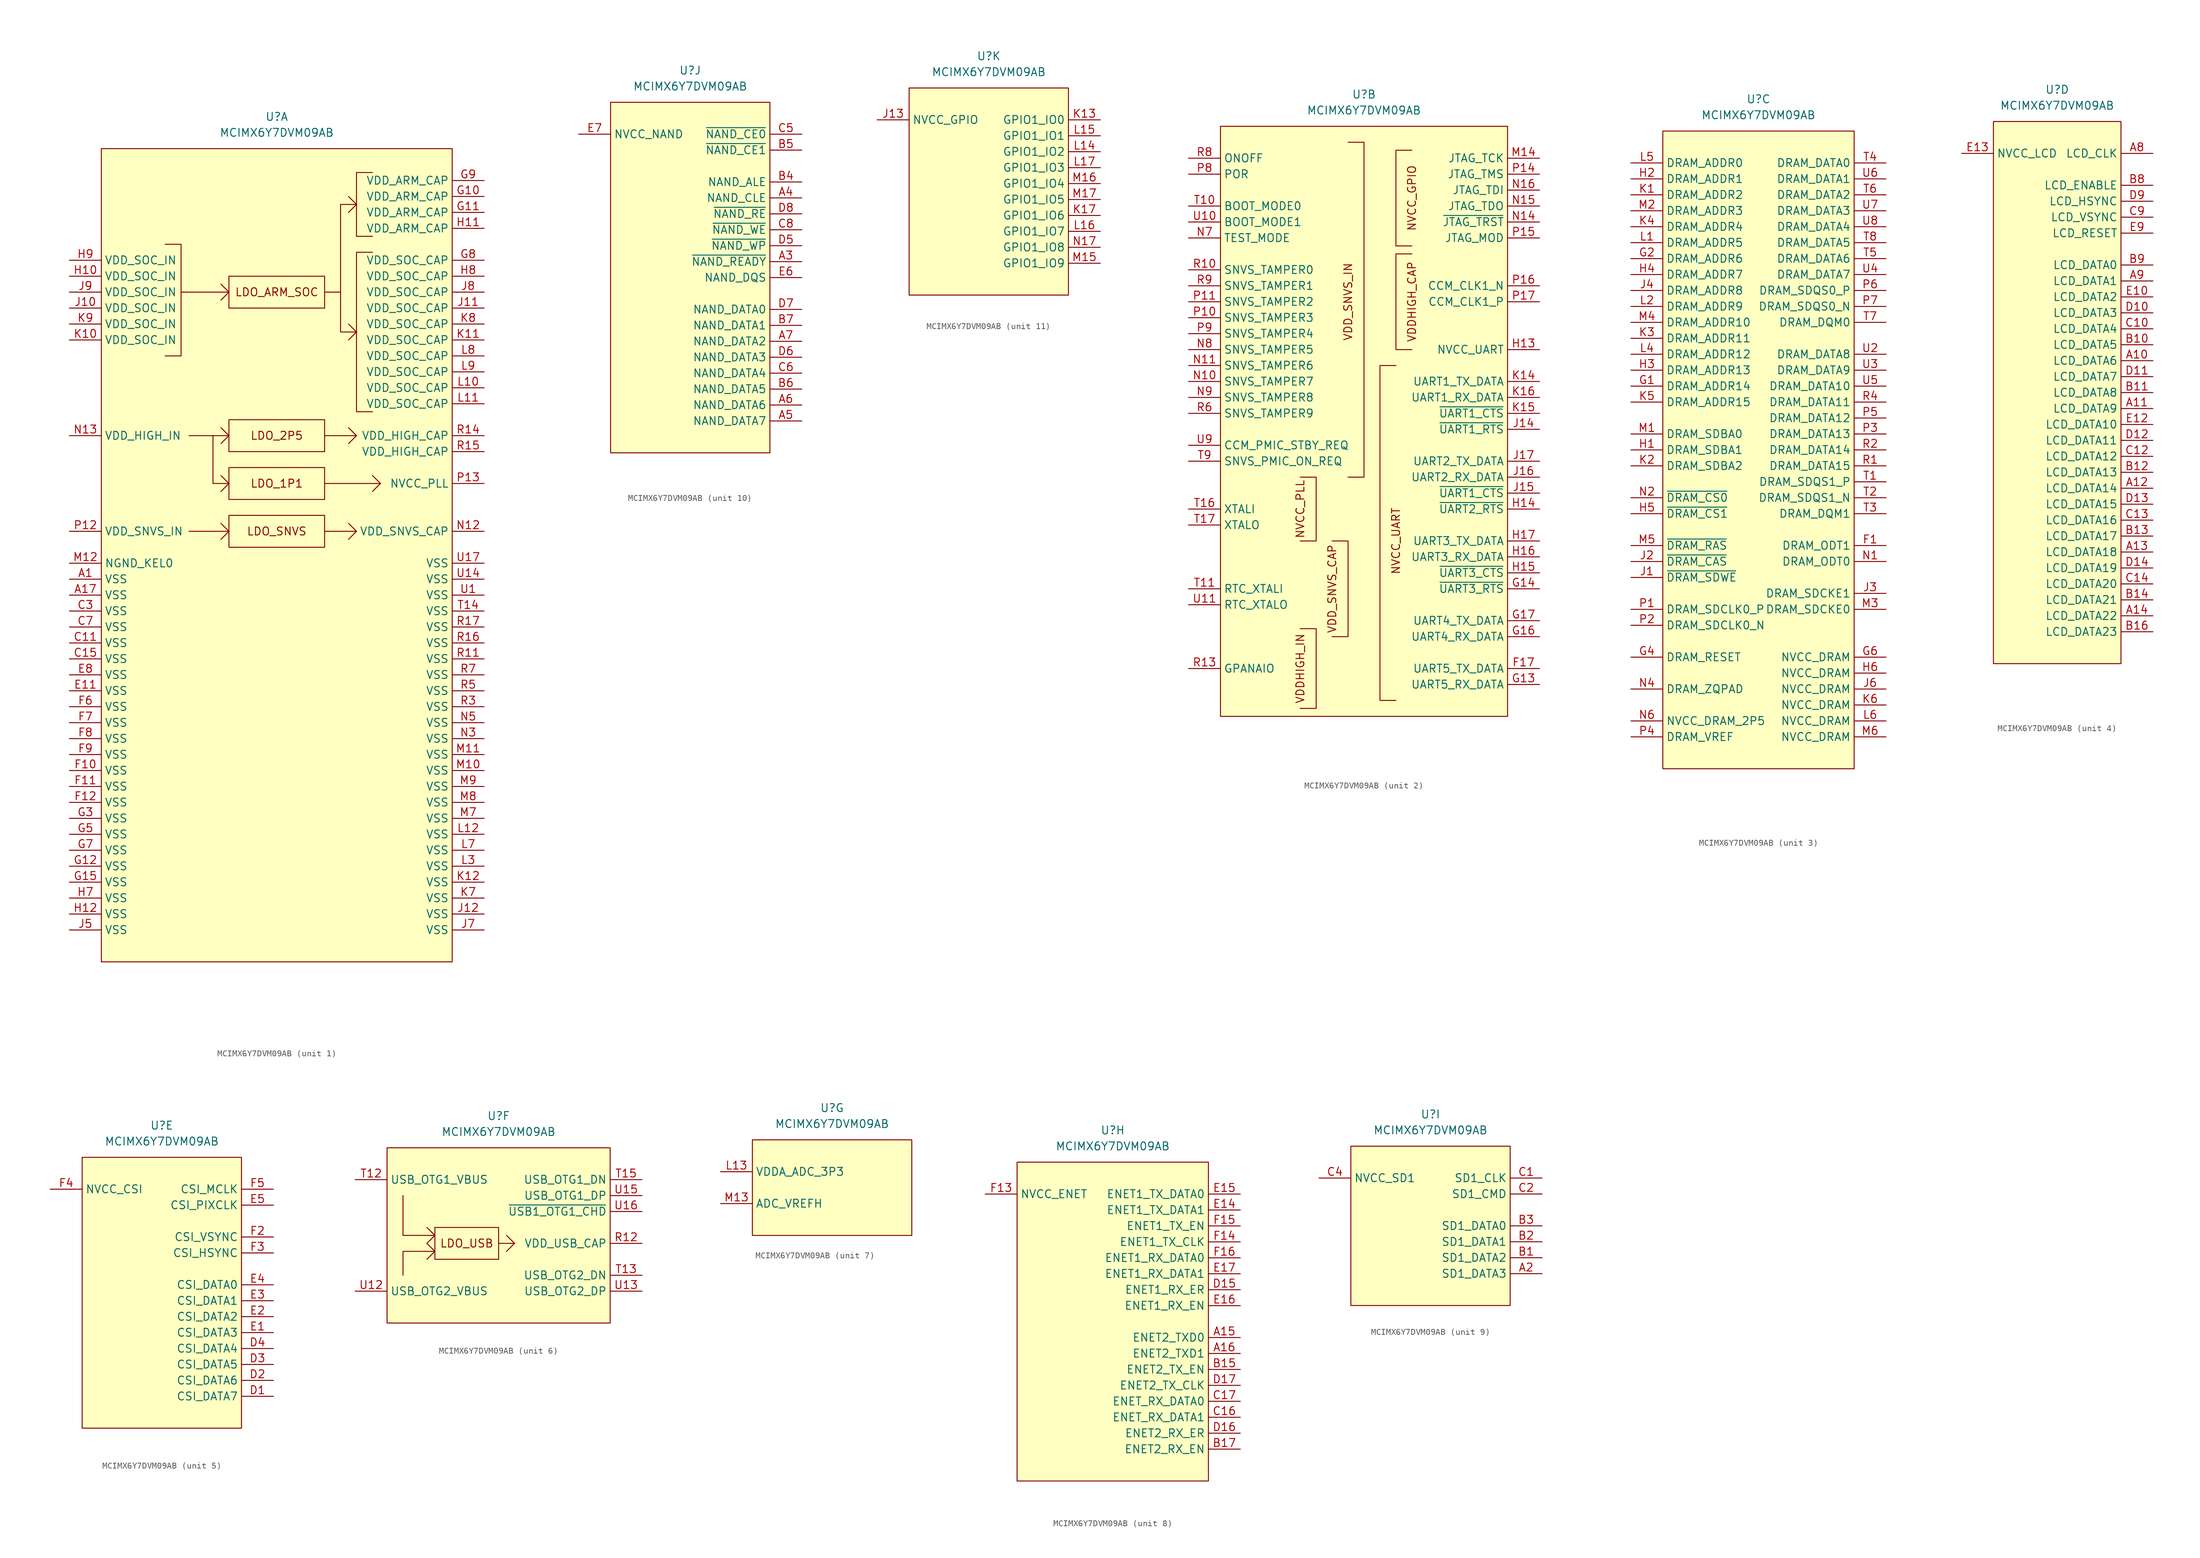
<source format=kicad_sym>
(kicad_symbol_lib
  (version 20210619)
  (generator kicad_symbol_editor)
  (symbol "symbols:MCIMX6Y7DVM09AB"
    (property "Reference" "U"
      (at 0 0 0)
      (effects (font (size 1.27 1.27))))
    (property "Value" "MCIMX6Y7DVM09AB"
      (at 0 -2.54 0)
      (effects (font (size 1.27 1.27))))
    (property "ki_locked" ""
      (at 0 0 0)
      (effects (font (size 1.27 1.27))))
    (symbol "MCIMX6Y7DVM09AB_1_0"
      (text "LDO_1P1" (at 0 -58.42 0) (effects (font (size 1.27 1.27))))
      (text "LDO_2P5" (at 0 -50.8 0) (effects (font (size 1.27 1.27))))
      (text "LDO_ARM_SOC" (at 0 -27.94 0) (effects (font (size 1.27 1.27))))
      (text "LDO_SNVS" (at 0 -66.04 0) (effects (font (size 1.27 1.27))))
      (rectangle (start -7.62 -63.5) (end 7.62 -68.58) (stroke (width 0.152)) (fill (type none)))
      (rectangle (start -7.62 -55.88) (end 7.62 -60.96) (stroke (width 0.152)) (fill (type none)))
      (rectangle (start -7.62 -48.26) (end 7.62 -53.34) (stroke (width 0.152)) (fill (type none)))
      (rectangle (start -7.62 -25.4) (end 7.62 -30.48) (stroke (width 0.152)) (fill (type none)))
      (polyline (pts (xy -15.24 -27.94) (xy -7.62 -27.94)) (stroke (width 0.152)) (fill (type none)))
      (polyline (pts (xy -13.97 -66.04) (xy -7.62 -66.04)) (stroke (width 0.152)) (fill (type none)))
      (polyline (pts (xy -13.97 -50.8) (xy -7.62 -50.8)) (stroke (width 0.152)) (fill (type none)))
      (polyline (pts (xy 7.62 -66.04) (xy 12.7 -66.04)) (stroke (width 0.152)) (fill (type none)))
      (polyline (pts (xy 7.62 -58.42) (xy 16.51 -58.42)) (stroke (width 0.152)) (fill (type none)))
      (polyline (pts (xy 7.62 -50.8) (xy 12.7 -50.8)) (stroke (width 0.152)) (fill (type none)))
      (polyline (pts (xy -8.89 -64.77) (xy -7.62 -66.04) (xy -8.89 -67.31)) (stroke (width 0.152)) (fill (type none)))
      (polyline (pts (xy -8.89 -57.15) (xy -7.62 -58.42) (xy -8.89 -59.69)) (stroke (width 0.152)) (fill (type none)))
      (polyline (pts (xy -8.89 -49.53) (xy -7.62 -50.8) (xy -8.89 -52.07)) (stroke (width 0.152)) (fill (type none)))
      (polyline (pts (xy -8.89 -26.67) (xy -7.62 -27.94) (xy -8.89 -29.21)) (stroke (width 0.152)) (fill (type none)))
      (polyline (pts (xy -7.62 -58.42) (xy -10.16 -58.42) (xy -10.16 -50.8)) (stroke (width 0.152)) (fill (type none)))
      (polyline (pts (xy 10.16 -27.94) (xy 10.16 -34.29) (xy 12.7 -34.29)) (stroke (width 0.152)) (fill (type none)))
      (polyline (pts (xy 11.43 -64.77) (xy 12.7 -66.04) (xy 11.43 -67.31)) (stroke (width 0.152)) (fill (type none)))
      (polyline (pts (xy 11.43 -52.07) (xy 12.7 -50.8) (xy 11.43 -49.53)) (stroke (width 0.152)) (fill (type none)))
      (polyline (pts (xy 11.43 -33.02) (xy 12.7 -34.29) (xy 11.43 -35.56)) (stroke (width 0.152)) (fill (type none)))
      (polyline (pts (xy 11.43 -12.7) (xy 12.7 -13.97) (xy 11.43 -15.24)) (stroke (width 0.152)) (fill (type none)))
      (polyline (pts (xy 15.24 -59.69) (xy 16.51 -58.42) (xy 15.24 -57.15)) (stroke (width 0.152)) (fill (type none)))
      (polyline (pts (xy -17.78 -20.32) (xy -15.24 -20.32) (xy -15.24 -38.1) (xy -17.78 -38.1)) (stroke (width 0.152)) (fill (type none)))
      (polyline (pts (xy 7.62 -27.94) (xy 10.16 -27.94) (xy 10.16 -13.97) (xy 12.7 -13.97)) (stroke (width 0.152)) (fill (type none)))
      (polyline (pts (xy 15.24 -21.59) (xy 12.7 -21.59) (xy 12.7 -46.99) (xy 15.24 -46.99)) (stroke (width 0.152)) (fill (type none)))
      (polyline (pts (xy 15.24 -8.89) (xy 12.7 -8.89) (xy 12.7 -19.05) (xy 15.24 -19.05)) (stroke (width 0.152)) (fill (type none))))
    (symbol "MCIMX6Y7DVM09AB_1_1"
      (rectangle (start -27.94 -5.08) (end 27.94 -134.62) (stroke (width 0.152)) (fill (type background)))
      (pin power_in line (at -33.02 -73.66 0) (length 5.08) (name "VSS" (effects (font (size 1.27 1.27)))) (number "A1" (effects (font (size 1.27 1.27)))))
      (pin power_in line (at -33.02 -76.2 0) (length 5.08) (name "VSS" (effects (font (size 1.27 1.27)))) (number "A17" (effects (font (size 1.27 1.27)))))
      (pin power_in line (at -33.02 -83.82 0) (length 5.08) (name "VSS" (effects (font (size 1.27 1.27)))) (number "C11" (effects (font (size 1.27 1.27)))))
      (pin power_in line (at -33.02 -86.36 0) (length 5.08) (name "VSS" (effects (font (size 1.27 1.27)))) (number "C15" (effects (font (size 1.27 1.27)))))
      (pin power_in line (at -33.02 -78.74 0) (length 5.08) (name "VSS" (effects (font (size 1.27 1.27)))) (number "C3" (effects (font (size 1.27 1.27)))))
      (pin power_in line (at -33.02 -81.28 0) (length 5.08) (name "VSS" (effects (font (size 1.27 1.27)))) (number "C7" (effects (font (size 1.27 1.27)))))
      (pin power_in line (at -33.02 -91.44 0) (length 5.08) (name "VSS" (effects (font (size 1.27 1.27)))) (number "E11" (effects (font (size 1.27 1.27)))))
      (pin power_in line (at -33.02 -88.9 0) (length 5.08) (name "VSS" (effects (font (size 1.27 1.27)))) (number "E8" (effects (font (size 1.27 1.27)))))
      (pin power_in line (at -33.02 -104.14 0) (length 5.08) (name "VSS" (effects (font (size 1.27 1.27)))) (number "F10" (effects (font (size 1.27 1.27)))))
      (pin power_in line (at -33.02 -106.68 0) (length 5.08) (name "VSS" (effects (font (size 1.27 1.27)))) (number "F11" (effects (font (size 1.27 1.27)))))
      (pin power_in line (at -33.02 -109.22 0) (length 5.08) (name "VSS" (effects (font (size 1.27 1.27)))) (number "F12" (effects (font (size 1.27 1.27)))))
      (pin power_in line (at -33.02 -93.98 0) (length 5.08) (name "VSS" (effects (font (size 1.27 1.27)))) (number "F6" (effects (font (size 1.27 1.27)))))
      (pin power_in line (at -33.02 -96.52 0) (length 5.08) (name "VSS" (effects (font (size 1.27 1.27)))) (number "F7" (effects (font (size 1.27 1.27)))))
      (pin power_in line (at -33.02 -99.06 0) (length 5.08) (name "VSS" (effects (font (size 1.27 1.27)))) (number "F8" (effects (font (size 1.27 1.27)))))
      (pin power_in line (at -33.02 -101.6 0) (length 5.08) (name "VSS" (effects (font (size 1.27 1.27)))) (number "F9" (effects (font (size 1.27 1.27)))))
      (pin power_out line (at 33.02 -12.7 180) (length 5.08) (name "VDD_ARM_CAP" (effects (font (size 1.27 1.27)))) (number "G10" (effects (font (size 1.27 1.27)))))
      (pin power_out line (at 33.02 -15.24 180) (length 5.08) (name "VDD_ARM_CAP" (effects (font (size 1.27 1.27)))) (number "G11" (effects (font (size 1.27 1.27)))))
      (pin power_in line (at -33.02 -119.38 0) (length 5.08) (name "VSS" (effects (font (size 1.27 1.27)))) (number "G12" (effects (font (size 1.27 1.27)))))
      (pin power_in line (at -33.02 -121.92 0) (length 5.08) (name "VSS" (effects (font (size 1.27 1.27)))) (number "G15" (effects (font (size 1.27 1.27)))))
      (pin power_in line (at -33.02 -111.76 0) (length 5.08) (name "VSS" (effects (font (size 1.27 1.27)))) (number "G3" (effects (font (size 1.27 1.27)))))
      (pin power_in line (at -33.02 -114.3 0) (length 5.08) (name "VSS" (effects (font (size 1.27 1.27)))) (number "G5" (effects (font (size 1.27 1.27)))))
      (pin power_in line (at -33.02 -116.84 0) (length 5.08) (name "VSS" (effects (font (size 1.27 1.27)))) (number "G7" (effects (font (size 1.27 1.27)))))
      (pin power_out line (at 33.02 -22.86 180) (length 5.08) (name "VDD_SOC_CAP" (effects (font (size 1.27 1.27)))) (number "G8" (effects (font (size 1.27 1.27)))))
      (pin power_out line (at 33.02 -10.16 180) (length 5.08) (name "VDD_ARM_CAP" (effects (font (size 1.27 1.27)))) (number "G9" (effects (font (size 1.27 1.27)))))
      (pin power_in line (at -33.02 -25.4 0) (length 5.08) (name "VDD_SOC_IN" (effects (font (size 1.27 1.27)))) (number "H10" (effects (font (size 1.27 1.27)))))
      (pin power_out line (at 33.02 -17.78 180) (length 5.08) (name "VDD_ARM_CAP" (effects (font (size 1.27 1.27)))) (number "H11" (effects (font (size 1.27 1.27)))))
      (pin power_in line (at -33.02 -127 0) (length 5.08) (name "VSS" (effects (font (size 1.27 1.27)))) (number "H12" (effects (font (size 1.27 1.27)))))
      (pin power_in line (at -33.02 -124.46 0) (length 5.08) (name "VSS" (effects (font (size 1.27 1.27)))) (number "H7" (effects (font (size 1.27 1.27)))))
      (pin power_out line (at 33.02 -25.4 180) (length 5.08) (name "VDD_SOC_CAP" (effects (font (size 1.27 1.27)))) (number "H8" (effects (font (size 1.27 1.27)))))
      (pin power_in line (at -33.02 -22.86 0) (length 5.08) (name "VDD_SOC_IN" (effects (font (size 1.27 1.27)))) (number "H9" (effects (font (size 1.27 1.27)))))
      (pin power_in line (at -33.02 -30.48 0) (length 5.08) (name "VDD_SOC_IN" (effects (font (size 1.27 1.27)))) (number "J10" (effects (font (size 1.27 1.27)))))
      (pin power_out line (at 33.02 -30.48 180) (length 5.08) (name "VDD_SOC_CAP" (effects (font (size 1.27 1.27)))) (number "J11" (effects (font (size 1.27 1.27)))))
      (pin power_out line (at 33.02 -127 180) (length 5.08) (name "VSS" (effects (font (size 1.27 1.27)))) (number "J12" (effects (font (size 1.27 1.27)))))
      (pin power_in line (at -33.02 -129.54 0) (length 5.08) (name "VSS" (effects (font (size 1.27 1.27)))) (number "J5" (effects (font (size 1.27 1.27)))))
      (pin power_out line (at 33.02 -129.54 180) (length 5.08) (name "VSS" (effects (font (size 1.27 1.27)))) (number "J7" (effects (font (size 1.27 1.27)))))
      (pin power_out line (at 33.02 -27.94 180) (length 5.08) (name "VDD_SOC_CAP" (effects (font (size 1.27 1.27)))) (number "J8" (effects (font (size 1.27 1.27)))))
      (pin power_in line (at -33.02 -27.94 0) (length 5.08) (name "VDD_SOC_IN" (effects (font (size 1.27 1.27)))) (number "J9" (effects (font (size 1.27 1.27)))))
      (pin power_in line (at -33.02 -35.56 0) (length 5.08) (name "VDD_SOC_IN" (effects (font (size 1.27 1.27)))) (number "K10" (effects (font (size 1.27 1.27)))))
      (pin power_out line (at 33.02 -35.56 180) (length 5.08) (name "VDD_SOC_CAP" (effects (font (size 1.27 1.27)))) (number "K11" (effects (font (size 1.27 1.27)))))
      (pin power_out line (at 33.02 -121.92 180) (length 5.08) (name "VSS" (effects (font (size 1.27 1.27)))) (number "K12" (effects (font (size 1.27 1.27)))))
      (pin power_out line (at 33.02 -124.46 180) (length 5.08) (name "VSS" (effects (font (size 1.27 1.27)))) (number "K7" (effects (font (size 1.27 1.27)))))
      (pin power_out line (at 33.02 -33.02 180) (length 5.08) (name "VDD_SOC_CAP" (effects (font (size 1.27 1.27)))) (number "K8" (effects (font (size 1.27 1.27)))))
      (pin power_in line (at -33.02 -33.02 0) (length 5.08) (name "VDD_SOC_IN" (effects (font (size 1.27 1.27)))) (number "K9" (effects (font (size 1.27 1.27)))))
      (pin power_out line (at 33.02 -43.18 180) (length 5.08) (name "VDD_SOC_CAP" (effects (font (size 1.27 1.27)))) (number "L10" (effects (font (size 1.27 1.27)))))
      (pin power_out line (at 33.02 -45.72 180) (length 5.08) (name "VDD_SOC_CAP" (effects (font (size 1.27 1.27)))) (number "L11" (effects (font (size 1.27 1.27)))))
      (pin power_out line (at 33.02 -114.3 180) (length 5.08) (name "VSS" (effects (font (size 1.27 1.27)))) (number "L12" (effects (font (size 1.27 1.27)))))
      (pin power_out line (at 33.02 -119.38 180) (length 5.08) (name "VSS" (effects (font (size 1.27 1.27)))) (number "L3" (effects (font (size 1.27 1.27)))))
      (pin power_out line (at 33.02 -116.84 180) (length 5.08) (name "VSS" (effects (font (size 1.27 1.27)))) (number "L7" (effects (font (size 1.27 1.27)))))
      (pin power_out line (at 33.02 -38.1 180) (length 5.08) (name "VDD_SOC_CAP" (effects (font (size 1.27 1.27)))) (number "L8" (effects (font (size 1.27 1.27)))))
      (pin power_out line (at 33.02 -40.64 180) (length 5.08) (name "VDD_SOC_CAP" (effects (font (size 1.27 1.27)))) (number "L9" (effects (font (size 1.27 1.27)))))
      (pin power_out line (at 33.02 -104.14 180) (length 5.08) (name "VSS" (effects (font (size 1.27 1.27)))) (number "M10" (effects (font (size 1.27 1.27)))))
      (pin power_out line (at 33.02 -101.6 180) (length 5.08) (name "VSS" (effects (font (size 1.27 1.27)))) (number "M11" (effects (font (size 1.27 1.27)))))
      (pin power_in line (at -33.02 -71.12 0) (length 5.08) (name "NGND_KEL0" (effects (font (size 1.27 1.27)))) (number "M12" (effects (font (size 1.27 1.27)))))
      (pin power_out line (at 33.02 -111.76 180) (length 5.08) (name "VSS" (effects (font (size 1.27 1.27)))) (number "M7" (effects (font (size 1.27 1.27)))))
      (pin power_out line (at 33.02 -109.22 180) (length 5.08) (name "VSS" (effects (font (size 1.27 1.27)))) (number "M8" (effects (font (size 1.27 1.27)))))
      (pin power_out line (at 33.02 -106.68 180) (length 5.08) (name "VSS" (effects (font (size 1.27 1.27)))) (number "M9" (effects (font (size 1.27 1.27)))))
      (pin power_out line (at 33.02 -66.04 180) (length 5.08) (name "VDD_SNVS_CAP" (effects (font (size 1.27 1.27)))) (number "N12" (effects (font (size 1.27 1.27)))))
      (pin power_in line (at -33.02 -50.8 0) (length 5.08) (name "VDD_HIGH_IN" (effects (font (size 1.27 1.27)))) (number "N13" (effects (font (size 1.27 1.27)))))
      (pin power_out line (at 33.02 -99.06 180) (length 5.08) (name "VSS" (effects (font (size 1.27 1.27)))) (number "N3" (effects (font (size 1.27 1.27)))))
      (pin power_out line (at 33.02 -96.52 180) (length 5.08) (name "VSS" (effects (font (size 1.27 1.27)))) (number "N5" (effects (font (size 1.27 1.27)))))
      (pin power_in line (at -33.02 -66.04 0) (length 5.08) (name "VDD_SNVS_IN" (effects (font (size 1.27 1.27)))) (number "P12" (effects (font (size 1.27 1.27)))))
      (pin power_out line (at 33.02 -58.42 180) (length 5.08) (name "NVCC_PLL" (effects (font (size 1.27 1.27)))) (number "P13" (effects (font (size 1.27 1.27)))))
      (pin power_out line (at 33.02 -86.36 180) (length 5.08) (name "VSS" (effects (font (size 1.27 1.27)))) (number "R11" (effects (font (size 1.27 1.27)))))
      (pin power_out line (at 33.02 -50.8 180) (length 5.08) (name "VDD_HIGH_CAP" (effects (font (size 1.27 1.27)))) (number "R14" (effects (font (size 1.27 1.27)))))
      (pin power_out line (at 33.02 -53.34 180) (length 5.08) (name "VDD_HIGH_CAP" (effects (font (size 1.27 1.27)))) (number "R15" (effects (font (size 1.27 1.27)))))
      (pin power_out line (at 33.02 -83.82 180) (length 5.08) (name "VSS" (effects (font (size 1.27 1.27)))) (number "R16" (effects (font (size 1.27 1.27)))))
      (pin power_out line (at 33.02 -81.28 180) (length 5.08) (name "VSS" (effects (font (size 1.27 1.27)))) (number "R17" (effects (font (size 1.27 1.27)))))
      (pin power_out line (at 33.02 -93.98 180) (length 5.08) (name "VSS" (effects (font (size 1.27 1.27)))) (number "R3" (effects (font (size 1.27 1.27)))))
      (pin power_out line (at 33.02 -91.44 180) (length 5.08) (name "VSS" (effects (font (size 1.27 1.27)))) (number "R5" (effects (font (size 1.27 1.27)))))
      (pin power_out line (at 33.02 -88.9 180) (length 5.08) (name "VSS" (effects (font (size 1.27 1.27)))) (number "R7" (effects (font (size 1.27 1.27)))))
      (pin power_out line (at 33.02 -78.74 180) (length 5.08) (name "VSS" (effects (font (size 1.27 1.27)))) (number "T14" (effects (font (size 1.27 1.27)))))
      (pin power_out line (at 33.02 -76.2 180) (length 5.08) (name "VSS" (effects (font (size 1.27 1.27)))) (number "U1" (effects (font (size 1.27 1.27)))))
      (pin power_out line (at 33.02 -73.66 180) (length 5.08) (name "VSS" (effects (font (size 1.27 1.27)))) (number "U14" (effects (font (size 1.27 1.27)))))
      (pin power_out line (at 33.02 -71.12 180) (length 5.08) (name "VSS" (effects (font (size 1.27 1.27)))) (number "U17" (effects (font (size 1.27 1.27))))))
    (symbol "MCIMX6Y7DVM09AB_2_0"
      (rectangle (start -22.86 -5.08) (end 22.86 -99.06) (stroke (width 0.152)) (fill (type background)))
      (polyline (pts (xy -10.16 -60.96) (xy -7.62 -60.96) (xy -7.62 -71.12) (xy -10.16 -71.12)) (stroke (width 0.152)) (fill (type none)))
      (polyline (pts (xy -5.08 -71.12) (xy -2.54 -71.12) (xy -2.54 -86.36) (xy -5.08 -86.36)) (stroke (width 0.152)) (fill (type none)))
      (polyline (pts (xy 5.08 -43.18) (xy 2.54 -43.18) (xy 2.54 -96.52) (xy 5.08 -96.52)) (stroke (width 0.152)) (fill (type none)))
      (polyline (pts (xy 7.62 -40.64) (xy 5.08 -40.64) (xy 5.08 -25.4) (xy 7.62 -25.4)) (stroke (width 0.152)) (fill (type none)))
      (polyline (pts (xy 7.62 -24.13) (xy 5.08 -24.13) (xy 5.08 -8.89) (xy 7.62 -8.89)) (stroke (width 0.152)) (fill (type none))))
    (symbol "MCIMX6Y7DVM09AB_2_1"
      (text "NVCC_GPIO" (at 7.62 -16.51 900) (effects (font (size 1.27 1.27))))
      (text "NVCC_PLL" (at -10.16 -66.04 900) (effects (font (size 1.27 1.27))))
      (text "NVCC_UART" (at 5.08 -71.12 900) (effects (font (size 1.27 1.27))))
      (text "VDD_SNVS_CAP" (at -5.08 -78.74 900) (effects (font (size 1.27 1.27))))
      (text "VDD_SNVS_IN" (at -2.54 -33.02 900) (effects (font (size 1.27 1.27))))
      (text "VDDHIGH_CAP" (at 7.62 -33.02 900) (effects (font (size 1.27 1.27))))
      (text "VDDHIGH_IN" (at -10.16 -91.44 900) (effects (font (size 1.27 1.27))))
      (polyline (pts (xy -10.16 -85.09) (xy -7.62 -85.09) (xy -7.62 -97.79) (xy -10.16 -97.79)) (stroke (width 0.152)) (fill (type none)))
      (polyline (pts (xy -2.54 -7.62) (xy 0 -7.62) (xy 0 -60.96) (xy -2.54 -60.96)) (stroke (width 0.152)) (fill (type none)))
      (pin output line (at 27.94 -91.44 180) (length 5.08) (name "UART5_TX_DATA" (effects (font (size 1.27 1.27)))) (number "F17" (effects (font (size 1.27 1.27)))))
      (pin input line (at 27.94 -93.98 180) (length 5.08) (name "UART5_RX_DATA" (effects (font (size 1.27 1.27)))) (number "G13" (effects (font (size 1.27 1.27)))))
      (pin output line (at 27.94 -78.74 180) (length 5.08) (name "~{UART3_RTS}" (effects (font (size 1.27 1.27)))) (number "G14" (effects (font (size 1.27 1.27)))))
      (pin input line (at 27.94 -86.36 180) (length 5.08) (name "UART4_RX_DATA" (effects (font (size 1.27 1.27)))) (number "G16" (effects (font (size 1.27 1.27)))))
      (pin output line (at 27.94 -83.82 180) (length 5.08) (name "UART4_TX_DATA" (effects (font (size 1.27 1.27)))) (number "G17" (effects (font (size 1.27 1.27)))))
      (pin power_in line (at 27.94 -40.64 180) (length 5.08) (name "NVCC_UART" (effects (font (size 1.27 1.27)))) (number "H13" (effects (font (size 1.27 1.27)))))
      (pin output line (at 27.94 -66.04 180) (length 5.08) (name "~{UART2_RTS}" (effects (font (size 1.27 1.27)))) (number "H14" (effects (font (size 1.27 1.27)))))
      (pin output line (at 27.94 -76.2 180) (length 5.08) (name "~{UART3_CTS}" (effects (font (size 1.27 1.27)))) (number "H15" (effects (font (size 1.27 1.27)))))
      (pin input line (at 27.94 -73.66 180) (length 5.08) (name "UART3_RX_DATA" (effects (font (size 1.27 1.27)))) (number "H16" (effects (font (size 1.27 1.27)))))
      (pin output line (at 27.94 -71.12 180) (length 5.08) (name "UART3_TX_DATA" (effects (font (size 1.27 1.27)))) (number "H17" (effects (font (size 1.27 1.27)))))
      (pin output line (at 27.94 -53.34 180) (length 5.08) (name "~{UART1_RTS}" (effects (font (size 1.27 1.27)))) (number "J14" (effects (font (size 1.27 1.27)))))
      (pin output line (at 27.94 -63.5 180) (length 5.08) (name "~{UART1_CTS}" (effects (font (size 1.27 1.27)))) (number "J15" (effects (font (size 1.27 1.27)))))
      (pin input line (at 27.94 -60.96 180) (length 5.08) (name "UART2_RX_DATA" (effects (font (size 1.27 1.27)))) (number "J16" (effects (font (size 1.27 1.27)))))
      (pin output line (at 27.94 -58.42 180) (length 5.08) (name "UART2_TX_DATA" (effects (font (size 1.27 1.27)))) (number "J17" (effects (font (size 1.27 1.27)))))
      (pin output line (at 27.94 -45.72 180) (length 5.08) (name "UART1_TX_DATA" (effects (font (size 1.27 1.27)))) (number "K14" (effects (font (size 1.27 1.27)))))
      (pin output line (at 27.94 -50.8 180) (length 5.08) (name "~{UART1_CTS}" (effects (font (size 1.27 1.27)))) (number "K15" (effects (font (size 1.27 1.27)))))
      (pin input line (at 27.94 -48.26 180) (length 5.08) (name "UART1_RX_DATA" (effects (font (size 1.27 1.27)))) (number "K16" (effects (font (size 1.27 1.27)))))
      (pin input line (at 27.94 -10.16 180) (length 5.08) (name "JTAG_TCK" (effects (font (size 1.27 1.27)))) (number "M14" (effects (font (size 1.27 1.27)))))
      (pin input line (at -27.94 -45.72 0) (length 5.08) (name "SNVS_TAMPER7" (effects (font (size 1.27 1.27)))) (number "N10" (effects (font (size 1.27 1.27)))))
      (pin input line (at -27.94 -43.18 0) (length 5.08) (name "SNVS_TAMPER6" (effects (font (size 1.27 1.27)))) (number "N11" (effects (font (size 1.27 1.27)))))
      (pin input line (at 27.94 -20.32 180) (length 5.08) (name "~{JTAG_TRST}" (effects (font (size 1.27 1.27)))) (number "N14" (effects (font (size 1.27 1.27)))))
      (pin output line (at 27.94 -17.78 180) (length 5.08) (name "JTAG_TDO" (effects (font (size 1.27 1.27)))) (number "N15" (effects (font (size 1.27 1.27)))))
      (pin input line (at 27.94 -15.24 180) (length 5.08) (name "JTAG_TDI" (effects (font (size 1.27 1.27)))) (number "N16" (effects (font (size 1.27 1.27)))))
      (pin input line (at -27.94 -22.86 0) (length 5.08) (name "TEST_MODE" (effects (font (size 1.27 1.27)))) (number "N7" (effects (font (size 1.27 1.27)))))
      (pin input line (at -27.94 -40.64 0) (length 5.08) (name "SNVS_TAMPER5" (effects (font (size 1.27 1.27)))) (number "N8" (effects (font (size 1.27 1.27)))))
      (pin input line (at -27.94 -48.26 0) (length 5.08) (name "SNVS_TAMPER8" (effects (font (size 1.27 1.27)))) (number "N9" (effects (font (size 1.27 1.27)))))
      (pin input line (at -27.94 -35.56 0) (length 5.08) (name "SNVS_TAMPER3" (effects (font (size 1.27 1.27)))) (number "P10" (effects (font (size 1.27 1.27)))))
      (pin input line (at -27.94 -33.02 0) (length 5.08) (name "SNVS_TAMPER2" (effects (font (size 1.27 1.27)))) (number "P11" (effects (font (size 1.27 1.27)))))
      (pin input line (at 27.94 -12.7 180) (length 5.08) (name "JTAG_TMS" (effects (font (size 1.27 1.27)))) (number "P14" (effects (font (size 1.27 1.27)))))
      (pin input line (at 27.94 -22.86 180) (length 5.08) (name "JTAG_MOD" (effects (font (size 1.27 1.27)))) (number "P15" (effects (font (size 1.27 1.27)))))
      (pin output line (at 27.94 -30.48 180) (length 5.08) (name "CCM_CLK1_N" (effects (font (size 1.27 1.27)))) (number "P16" (effects (font (size 1.27 1.27)))))
      (pin output line (at 27.94 -33.02 180) (length 5.08) (name "CCM_CLK1_P" (effects (font (size 1.27 1.27)))) (number "P17" (effects (font (size 1.27 1.27)))))
      (pin input line (at -27.94 -12.7 0) (length 5.08) (name "POR" (effects (font (size 1.27 1.27)))) (number "P8" (effects (font (size 1.27 1.27)))))
      (pin input line (at -27.94 -38.1 0) (length 5.08) (name "SNVS_TAMPER4" (effects (font (size 1.27 1.27)))) (number "P9" (effects (font (size 1.27 1.27)))))
      (pin input line (at -27.94 -27.94 0) (length 5.08) (name "SNVS_TAMPER0" (effects (font (size 1.27 1.27)))) (number "R10" (effects (font (size 1.27 1.27)))))
      (pin input line (at -27.94 -91.44 0) (length 5.08) (name "GPANAIO" (effects (font (size 1.27 1.27)))) (number "R13" (effects (font (size 1.27 1.27)))))
      (pin input line (at -27.94 -50.8 0) (length 5.08) (name "SNVS_TAMPER9" (effects (font (size 1.27 1.27)))) (number "R6" (effects (font (size 1.27 1.27)))))
      (pin input line (at -27.94 -10.16 0) (length 5.08) (name "ONOFF" (effects (font (size 1.27 1.27)))) (number "R8" (effects (font (size 1.27 1.27)))))
      (pin input line (at -27.94 -30.48 0) (length 5.08) (name "SNVS_TAMPER1" (effects (font (size 1.27 1.27)))) (number "R9" (effects (font (size 1.27 1.27)))))
      (pin input line (at -27.94 -17.78 0) (length 5.08) (name "BOOT_MODE0" (effects (font (size 1.27 1.27)))) (number "T10" (effects (font (size 1.27 1.27)))))
      (pin input line (at -27.94 -78.74 0) (length 5.08) (name "RTC_XTALI" (effects (font (size 1.27 1.27)))) (number "T11" (effects (font (size 1.27 1.27)))))
      (pin input line (at -27.94 -66.04 0) (length 5.08) (name "XTALI" (effects (font (size 1.27 1.27)))) (number "T16" (effects (font (size 1.27 1.27)))))
      (pin output line (at -27.94 -68.58 0) (length 5.08) (name "XTALO" (effects (font (size 1.27 1.27)))) (number "T17" (effects (font (size 1.27 1.27)))))
      (pin input line (at -27.94 -58.42 0) (length 5.08) (name "SNVS_PMIC_ON_REQ" (effects (font (size 1.27 1.27)))) (number "T9" (effects (font (size 1.27 1.27)))))
      (pin input line (at -27.94 -20.32 0) (length 5.08) (name "BOOT_MODE1" (effects (font (size 1.27 1.27)))) (number "U10" (effects (font (size 1.27 1.27)))))
      (pin output line (at -27.94 -81.28 0) (length 5.08) (name "RTC_XTALO" (effects (font (size 1.27 1.27)))) (number "U11" (effects (font (size 1.27 1.27)))))
      (pin input line (at -27.94 -55.88 0) (length 5.08) (name "CCM_PMIC_STBY_REQ" (effects (font (size 1.27 1.27)))) (number "U9" (effects (font (size 1.27 1.27))))))
    (symbol "MCIMX6Y7DVM09AB_3_1"
      (rectangle (start -15.24 -5.08) (end 15.24 -106.68) (stroke (width 0.152)) (fill (type background)))
      (pin output line (at 20.32 -71.12 180) (length 5.08) (name "DRAM_ODT1" (effects (font (size 1.27 1.27)))) (number "F1" (effects (font (size 1.27 1.27)))))
      (pin output line (at -20.32 -45.72 0) (length 5.08) (name "DRAM_ADDR14" (effects (font (size 1.27 1.27)))) (number "G1" (effects (font (size 1.27 1.27)))))
      (pin output line (at -20.32 -25.4 0) (length 5.08) (name "DRAM_ADDR6" (effects (font (size 1.27 1.27)))) (number "G2" (effects (font (size 1.27 1.27)))))
      (pin output line (at -20.32 -88.9 0) (length 5.08) (name "DRAM_RESET" (effects (font (size 1.27 1.27)))) (number "G4" (effects (font (size 1.27 1.27)))))
      (pin power_in line (at 20.32 -88.9 180) (length 5.08) (name "NVCC_DRAM" (effects (font (size 1.27 1.27)))) (number "G6" (effects (font (size 1.27 1.27)))))
      (pin output line (at -20.32 -55.88 0) (length 5.08) (name "DRAM_SDBA1" (effects (font (size 1.27 1.27)))) (number "H1" (effects (font (size 1.27 1.27)))))
      (pin output line (at -20.32 -12.7 0) (length 5.08) (name "DRAM_ADDR1" (effects (font (size 1.27 1.27)))) (number "H2" (effects (font (size 1.27 1.27)))))
      (pin output line (at -20.32 -43.18 0) (length 5.08) (name "DRAM_ADDR13" (effects (font (size 1.27 1.27)))) (number "H3" (effects (font (size 1.27 1.27)))))
      (pin output line (at -20.32 -27.94 0) (length 5.08) (name "DRAM_ADDR7" (effects (font (size 1.27 1.27)))) (number "H4" (effects (font (size 1.27 1.27)))))
      (pin output line (at -20.32 -66.04 0) (length 5.08) (name "~{DRAM_CS1}" (effects (font (size 1.27 1.27)))) (number "H5" (effects (font (size 1.27 1.27)))))
      (pin power_in line (at 20.32 -91.44 180) (length 5.08) (name "NVCC_DRAM" (effects (font (size 1.27 1.27)))) (number "H6" (effects (font (size 1.27 1.27)))))
      (pin output line (at -20.32 -76.2 0) (length 5.08) (name "~{DRAM_SDWE}" (effects (font (size 1.27 1.27)))) (number "J1" (effects (font (size 1.27 1.27)))))
      (pin output line (at -20.32 -73.66 0) (length 5.08) (name "~{DRAM_CAS}" (effects (font (size 1.27 1.27)))) (number "J2" (effects (font (size 1.27 1.27)))))
      (pin output line (at 20.32 -78.74 180) (length 5.08) (name "DRAM_SDCKE1" (effects (font (size 1.27 1.27)))) (number "J3" (effects (font (size 1.27 1.27)))))
      (pin output line (at -20.32 -30.48 0) (length 5.08) (name "DRAM_ADDR8" (effects (font (size 1.27 1.27)))) (number "J4" (effects (font (size 1.27 1.27)))))
      (pin power_in line (at 20.32 -93.98 180) (length 5.08) (name "NVCC_DRAM" (effects (font (size 1.27 1.27)))) (number "J6" (effects (font (size 1.27 1.27)))))
      (pin output line (at -20.32 -15.24 0) (length 5.08) (name "DRAM_ADDR2" (effects (font (size 1.27 1.27)))) (number "K1" (effects (font (size 1.27 1.27)))))
      (pin output line (at -20.32 -58.42 0) (length 5.08) (name "DRAM_SDBA2" (effects (font (size 1.27 1.27)))) (number "K2" (effects (font (size 1.27 1.27)))))
      (pin output line (at -20.32 -38.1 0) (length 5.08) (name "DRAM_ADDR11" (effects (font (size 1.27 1.27)))) (number "K3" (effects (font (size 1.27 1.27)))))
      (pin output line (at -20.32 -20.32 0) (length 5.08) (name "DRAM_ADDR4" (effects (font (size 1.27 1.27)))) (number "K4" (effects (font (size 1.27 1.27)))))
      (pin output line (at -20.32 -48.26 0) (length 5.08) (name "DRAM_ADDR15" (effects (font (size 1.27 1.27)))) (number "K5" (effects (font (size 1.27 1.27)))))
      (pin power_in line (at 20.32 -96.52 180) (length 5.08) (name "NVCC_DRAM" (effects (font (size 1.27 1.27)))) (number "K6" (effects (font (size 1.27 1.27)))))
      (pin output line (at -20.32 -22.86 0) (length 5.08) (name "DRAM_ADDR5" (effects (font (size 1.27 1.27)))) (number "L1" (effects (font (size 1.27 1.27)))))
      (pin output line (at -20.32 -33.02 0) (length 5.08) (name "DRAM_ADDR9" (effects (font (size 1.27 1.27)))) (number "L2" (effects (font (size 1.27 1.27)))))
      (pin output line (at -20.32 -40.64 0) (length 5.08) (name "DRAM_ADDR12" (effects (font (size 1.27 1.27)))) (number "L4" (effects (font (size 1.27 1.27)))))
      (pin output line (at -20.32 -10.16 0) (length 5.08) (name "DRAM_ADDR0" (effects (font (size 1.27 1.27)))) (number "L5" (effects (font (size 1.27 1.27)))))
      (pin power_in line (at 20.32 -99.06 180) (length 5.08) (name "NVCC_DRAM" (effects (font (size 1.27 1.27)))) (number "L6" (effects (font (size 1.27 1.27)))))
      (pin output line (at -20.32 -53.34 0) (length 5.08) (name "DRAM_SDBA0" (effects (font (size 1.27 1.27)))) (number "M1" (effects (font (size 1.27 1.27)))))
      (pin output line (at -20.32 -17.78 0) (length 5.08) (name "DRAM_ADDR3" (effects (font (size 1.27 1.27)))) (number "M2" (effects (font (size 1.27 1.27)))))
      (pin output line (at 20.32 -81.28 180) (length 5.08) (name "DRAM_SDCKE0" (effects (font (size 1.27 1.27)))) (number "M3" (effects (font (size 1.27 1.27)))))
      (pin output line (at -20.32 -35.56 0) (length 5.08) (name "DRAM_ADDR10" (effects (font (size 1.27 1.27)))) (number "M4" (effects (font (size 1.27 1.27)))))
      (pin output line (at -20.32 -71.12 0) (length 5.08) (name "~{DRAM_RAS}" (effects (font (size 1.27 1.27)))) (number "M5" (effects (font (size 1.27 1.27)))))
      (pin power_in line (at 20.32 -101.6 180) (length 5.08) (name "NVCC_DRAM" (effects (font (size 1.27 1.27)))) (number "M6" (effects (font (size 1.27 1.27)))))
      (pin output line (at 20.32 -73.66 180) (length 5.08) (name "DRAM_ODT0" (effects (font (size 1.27 1.27)))) (number "N1" (effects (font (size 1.27 1.27)))))
      (pin output line (at -20.32 -63.5 0) (length 5.08) (name "~{DRAM_CS0}" (effects (font (size 1.27 1.27)))) (number "N2" (effects (font (size 1.27 1.27)))))
      (pin output line (at -20.32 -93.98 0) (length 5.08) (name "DRAM_ZQPAD" (effects (font (size 1.27 1.27)))) (number "N4" (effects (font (size 1.27 1.27)))))
      (pin power_in line (at -20.32 -99.06 0) (length 5.08) (name "NVCC_DRAM_2P5" (effects (font (size 1.27 1.27)))) (number "N6" (effects (font (size 1.27 1.27)))))
      (pin output line (at -20.32 -81.28 0) (length 5.08) (name "DRAM_SDCLK0_P" (effects (font (size 1.27 1.27)))) (number "P1" (effects (font (size 1.27 1.27)))))
      (pin output line (at -20.32 -83.82 0) (length 5.08) (name "DRAM_SDCLK0_N" (effects (font (size 1.27 1.27)))) (number "P2" (effects (font (size 1.27 1.27)))))
      (pin bidirectional line (at 20.32 -53.34 180) (length 5.08) (name "DRAM_DATA13" (effects (font (size 1.27 1.27)))) (number "P3" (effects (font (size 1.27 1.27)))))
      (pin power_in line (at -20.32 -101.6 0) (length 5.08) (name "DRAM_VREF" (effects (font (size 1.27 1.27)))) (number "P4" (effects (font (size 1.27 1.27)))))
      (pin bidirectional line (at 20.32 -50.8 180) (length 5.08) (name "DRAM_DATA12" (effects (font (size 1.27 1.27)))) (number "P5" (effects (font (size 1.27 1.27)))))
      (pin output line (at 20.32 -30.48 180) (length 5.08) (name "DRAM_SDQS0_P" (effects (font (size 1.27 1.27)))) (number "P6" (effects (font (size 1.27 1.27)))))
      (pin output line (at 20.32 -33.02 180) (length 5.08) (name "DRAM_SDQS0_N" (effects (font (size 1.27 1.27)))) (number "P7" (effects (font (size 1.27 1.27)))))
      (pin bidirectional line (at 20.32 -58.42 180) (length 5.08) (name "DRAM_DATA15" (effects (font (size 1.27 1.27)))) (number "R1" (effects (font (size 1.27 1.27)))))
      (pin bidirectional line (at 20.32 -55.88 180) (length 5.08) (name "DRAM_DATA14" (effects (font (size 1.27 1.27)))) (number "R2" (effects (font (size 1.27 1.27)))))
      (pin bidirectional line (at 20.32 -48.26 180) (length 5.08) (name "DRAM_DATA11" (effects (font (size 1.27 1.27)))) (number "R4" (effects (font (size 1.27 1.27)))))
      (pin output line (at 20.32 -60.96 180) (length 5.08) (name "DRAM_SDQS1_P" (effects (font (size 1.27 1.27)))) (number "T1" (effects (font (size 1.27 1.27)))))
      (pin output line (at 20.32 -63.5 180) (length 5.08) (name "DRAM_SDQS1_N" (effects (font (size 1.27 1.27)))) (number "T2" (effects (font (size 1.27 1.27)))))
      (pin output line (at 20.32 -66.04 180) (length 5.08) (name "DRAM_DQM1" (effects (font (size 1.27 1.27)))) (number "T3" (effects (font (size 1.27 1.27)))))
      (pin bidirectional line (at 20.32 -10.16 180) (length 5.08) (name "DRAM_DATA0" (effects (font (size 1.27 1.27)))) (number "T4" (effects (font (size 1.27 1.27)))))
      (pin bidirectional line (at 20.32 -25.4 180) (length 5.08) (name "DRAM_DATA6" (effects (font (size 1.27 1.27)))) (number "T5" (effects (font (size 1.27 1.27)))))
      (pin bidirectional line (at 20.32 -15.24 180) (length 5.08) (name "DRAM_DATA2" (effects (font (size 1.27 1.27)))) (number "T6" (effects (font (size 1.27 1.27)))))
      (pin output line (at 20.32 -35.56 180) (length 5.08) (name "DRAM_DQM0" (effects (font (size 1.27 1.27)))) (number "T7" (effects (font (size 1.27 1.27)))))
      (pin bidirectional line (at 20.32 -22.86 180) (length 5.08) (name "DRAM_DATA5" (effects (font (size 1.27 1.27)))) (number "T8" (effects (font (size 1.27 1.27)))))
      (pin bidirectional line (at 20.32 -40.64 180) (length 5.08) (name "DRAM_DATA8" (effects (font (size 1.27 1.27)))) (number "U2" (effects (font (size 1.27 1.27)))))
      (pin bidirectional line (at 20.32 -43.18 180) (length 5.08) (name "DRAM_DATA9" (effects (font (size 1.27 1.27)))) (number "U3" (effects (font (size 1.27 1.27)))))
      (pin bidirectional line (at 20.32 -27.94 180) (length 5.08) (name "DRAM_DATA7" (effects (font (size 1.27 1.27)))) (number "U4" (effects (font (size 1.27 1.27)))))
      (pin bidirectional line (at 20.32 -45.72 180) (length 5.08) (name "DRAM_DATA10" (effects (font (size 1.27 1.27)))) (number "U5" (effects (font (size 1.27 1.27)))))
      (pin bidirectional line (at 20.32 -12.7 180) (length 5.08) (name "DRAM_DATA1" (effects (font (size 1.27 1.27)))) (number "U6" (effects (font (size 1.27 1.27)))))
      (pin bidirectional line (at 20.32 -17.78 180) (length 5.08) (name "DRAM_DATA3" (effects (font (size 1.27 1.27)))) (number "U7" (effects (font (size 1.27 1.27)))))
      (pin bidirectional line (at 20.32 -20.32 180) (length 5.08) (name "DRAM_DATA4" (effects (font (size 1.27 1.27)))) (number "U8" (effects (font (size 1.27 1.27))))))
    (symbol "MCIMX6Y7DVM09AB_4_1"
      (rectangle (start -10.16 -5.08) (end 10.16 -91.44) (stroke (width 0.152)) (fill (type background)))
      (pin bidirectional line (at 15.24 -43.18 180) (length 5.08) (name "LCD_DATA6" (effects (font (size 1.27 1.27)))) (number "A10" (effects (font (size 1.27 1.27)))))
      (pin bidirectional line (at 15.24 -50.8 180) (length 5.08) (name "LCD_DATA9" (effects (font (size 1.27 1.27)))) (number "A11" (effects (font (size 1.27 1.27)))))
      (pin bidirectional line (at 15.24 -63.5 180) (length 5.08) (name "LCD_DATA14" (effects (font (size 1.27 1.27)))) (number "A12" (effects (font (size 1.27 1.27)))))
      (pin bidirectional line (at 15.24 -73.66 180) (length 5.08) (name "LCD_DATA18" (effects (font (size 1.27 1.27)))) (number "A13" (effects (font (size 1.27 1.27)))))
      (pin bidirectional line (at 15.24 -83.82 180) (length 5.08) (name "LCD_DATA22" (effects (font (size 1.27 1.27)))) (number "A14" (effects (font (size 1.27 1.27)))))
      (pin bidirectional line (at 15.24 -10.16 180) (length 5.08) (name "LCD_CLK" (effects (font (size 1.27 1.27)))) (number "A8" (effects (font (size 1.27 1.27)))))
      (pin bidirectional line (at 15.24 -30.48 180) (length 5.08) (name "LCD_DATA1" (effects (font (size 1.27 1.27)))) (number "A9" (effects (font (size 1.27 1.27)))))
      (pin bidirectional line (at 15.24 -40.64 180) (length 5.08) (name "LCD_DATA5" (effects (font (size 1.27 1.27)))) (number "B10" (effects (font (size 1.27 1.27)))))
      (pin bidirectional line (at 15.24 -48.26 180) (length 5.08) (name "LCD_DATA8" (effects (font (size 1.27 1.27)))) (number "B11" (effects (font (size 1.27 1.27)))))
      (pin bidirectional line (at 15.24 -60.96 180) (length 5.08) (name "LCD_DATA13" (effects (font (size 1.27 1.27)))) (number "B12" (effects (font (size 1.27 1.27)))))
      (pin bidirectional line (at 15.24 -71.12 180) (length 5.08) (name "LCD_DATA17" (effects (font (size 1.27 1.27)))) (number "B13" (effects (font (size 1.27 1.27)))))
      (pin bidirectional line (at 15.24 -81.28 180) (length 5.08) (name "LCD_DATA21" (effects (font (size 1.27 1.27)))) (number "B14" (effects (font (size 1.27 1.27)))))
      (pin bidirectional line (at 15.24 -86.36 180) (length 5.08) (name "LCD_DATA23" (effects (font (size 1.27 1.27)))) (number "B16" (effects (font (size 1.27 1.27)))))
      (pin bidirectional line (at 15.24 -15.24 180) (length 5.08) (name "LCD_ENABLE" (effects (font (size 1.27 1.27)))) (number "B8" (effects (font (size 1.27 1.27)))))
      (pin bidirectional line (at 15.24 -27.94 180) (length 5.08) (name "LCD_DATA0" (effects (font (size 1.27 1.27)))) (number "B9" (effects (font (size 1.27 1.27)))))
      (pin bidirectional line (at 15.24 -38.1 180) (length 5.08) (name "LCD_DATA4" (effects (font (size 1.27 1.27)))) (number "C10" (effects (font (size 1.27 1.27)))))
      (pin bidirectional line (at 15.24 -58.42 180) (length 5.08) (name "LCD_DATA12" (effects (font (size 1.27 1.27)))) (number "C12" (effects (font (size 1.27 1.27)))))
      (pin bidirectional line (at 15.24 -68.58 180) (length 5.08) (name "LCD_DATA16" (effects (font (size 1.27 1.27)))) (number "C13" (effects (font (size 1.27 1.27)))))
      (pin bidirectional line (at 15.24 -78.74 180) (length 5.08) (name "LCD_DATA20" (effects (font (size 1.27 1.27)))) (number "C14" (effects (font (size 1.27 1.27)))))
      (pin bidirectional line (at 15.24 -20.32 180) (length 5.08) (name "LCD_VSYNC" (effects (font (size 1.27 1.27)))) (number "C9" (effects (font (size 1.27 1.27)))))
      (pin bidirectional line (at 15.24 -35.56 180) (length 5.08) (name "LCD_DATA3" (effects (font (size 1.27 1.27)))) (number "D10" (effects (font (size 1.27 1.27)))))
      (pin bidirectional line (at 15.24 -45.72 180) (length 5.08) (name "LCD_DATA7" (effects (font (size 1.27 1.27)))) (number "D11" (effects (font (size 1.27 1.27)))))
      (pin bidirectional line (at 15.24 -55.88 180) (length 5.08) (name "LCD_DATA11" (effects (font (size 1.27 1.27)))) (number "D12" (effects (font (size 1.27 1.27)))))
      (pin bidirectional line (at 15.24 -66.04 180) (length 5.08) (name "LCD_DATA15" (effects (font (size 1.27 1.27)))) (number "D13" (effects (font (size 1.27 1.27)))))
      (pin bidirectional line (at 15.24 -76.2 180) (length 5.08) (name "LCD_DATA19" (effects (font (size 1.27 1.27)))) (number "D14" (effects (font (size 1.27 1.27)))))
      (pin bidirectional line (at 15.24 -17.78 180) (length 5.08) (name "LCD_HSYNC" (effects (font (size 1.27 1.27)))) (number "D9" (effects (font (size 1.27 1.27)))))
      (pin bidirectional line (at 15.24 -33.02 180) (length 5.08) (name "LCD_DATA2" (effects (font (size 1.27 1.27)))) (number "E10" (effects (font (size 1.27 1.27)))))
      (pin bidirectional line (at 15.24 -53.34 180) (length 5.08) (name "LCD_DATA10" (effects (font (size 1.27 1.27)))) (number "E12" (effects (font (size 1.27 1.27)))))
      (pin power_in line (at -15.24 -10.16 0) (length 5.08) (name "NVCC_LCD" (effects (font (size 1.27 1.27)))) (number "E13" (effects (font (size 1.27 1.27)))))
      (pin bidirectional line (at 15.24 -22.86 180) (length 5.08) (name "LCD_RESET" (effects (font (size 1.27 1.27)))) (number "E9" (effects (font (size 1.27 1.27))))))
    (symbol "MCIMX6Y7DVM09AB_5_1"
      (rectangle (start -12.7 -5.08) (end 12.7 -48.26) (stroke (width 0.152)) (fill (type background)))
      (pin bidirectional line (at 17.78 -43.18 180) (length 5.08) (name "CSI_DATA7" (effects (font (size 1.27 1.27)))) (number "D1" (effects (font (size 1.27 1.27)))))
      (pin bidirectional line (at 17.78 -40.64 180) (length 5.08) (name "CSI_DATA6" (effects (font (size 1.27 1.27)))) (number "D2" (effects (font (size 1.27 1.27)))))
      (pin bidirectional line (at 17.78 -38.1 180) (length 5.08) (name "CSI_DATA5" (effects (font (size 1.27 1.27)))) (number "D3" (effects (font (size 1.27 1.27)))))
      (pin bidirectional line (at 17.78 -35.56 180) (length 5.08) (name "CSI_DATA4" (effects (font (size 1.27 1.27)))) (number "D4" (effects (font (size 1.27 1.27)))))
      (pin bidirectional line (at 17.78 -33.02 180) (length 5.08) (name "CSI_DATA3" (effects (font (size 1.27 1.27)))) (number "E1" (effects (font (size 1.27 1.27)))))
      (pin bidirectional line (at 17.78 -30.48 180) (length 5.08) (name "CSI_DATA2" (effects (font (size 1.27 1.27)))) (number "E2" (effects (font (size 1.27 1.27)))))
      (pin bidirectional line (at 17.78 -27.94 180) (length 5.08) (name "CSI_DATA1" (effects (font (size 1.27 1.27)))) (number "E3" (effects (font (size 1.27 1.27)))))
      (pin bidirectional line (at 17.78 -25.4 180) (length 5.08) (name "CSI_DATA0" (effects (font (size 1.27 1.27)))) (number "E4" (effects (font (size 1.27 1.27)))))
      (pin bidirectional line (at 17.78 -12.7 180) (length 5.08) (name "CSI_PIXCLK" (effects (font (size 1.27 1.27)))) (number "E5" (effects (font (size 1.27 1.27)))))
      (pin bidirectional line (at 17.78 -17.78 180) (length 5.08) (name "CSI_VSYNC" (effects (font (size 1.27 1.27)))) (number "F2" (effects (font (size 1.27 1.27)))))
      (pin bidirectional line (at 17.78 -20.32 180) (length 5.08) (name "CSI_HSYNC" (effects (font (size 1.27 1.27)))) (number "F3" (effects (font (size 1.27 1.27)))))
      (pin power_in line (at -17.78 -10.16 0) (length 5.08) (name "NVCC_CSI" (effects (font (size 1.27 1.27)))) (number "F4" (effects (font (size 1.27 1.27)))))
      (pin bidirectional line (at 17.78 -10.16 180) (length 5.08) (name "CSI_MCLK" (effects (font (size 1.27 1.27)))) (number "F5" (effects (font (size 1.27 1.27))))))
    (symbol "MCIMX6Y7DVM09AB_6_0"
      (polyline (pts (xy 0 -20.32) (xy 2.54 -20.32)) (stroke (width 0.152)) (fill (type none)))
      (polyline (pts (xy -15.24 -25.4) (xy -15.24 -21.59) (xy -10.16 -21.59)) (stroke (width 0.152)) (fill (type none)))
      (polyline (pts (xy -15.24 -12.7) (xy -15.24 -19.05) (xy -10.16 -19.05)) (stroke (width 0.152)) (fill (type none)))
      (polyline (pts (xy -11.43 -22.86) (xy -10.16 -21.59) (xy -11.43 -20.32)) (stroke (width 0.152)) (fill (type none)))
      (polyline (pts (xy -11.43 -20.32) (xy -10.16 -19.05) (xy -11.43 -17.78)) (stroke (width 0.152)) (fill (type none)))
      (polyline (pts (xy 1.27 -21.59) (xy 2.54 -20.32) (xy 1.27 -19.05)) (stroke (width 0.152)) (fill (type none))))
    (symbol "MCIMX6Y7DVM09AB_6_1"
      (text "LDO_USB" (at -5.08 -20.32 0) (effects (font (size 1.27 1.27))))
      (rectangle (start -10.16 -17.78) (end 0 -22.86) (stroke (width 0.152)) (fill (type none)))
      (rectangle (start -17.78 -5.08) (end 17.78 -33.02) (stroke (width 0.152)) (fill (type background)))
      (pin bidirectional line (at 22.86 -20.32 180) (length 5.08) (name "VDD_USB_CAP" (effects (font (size 1.27 1.27)))) (number "R12" (effects (font (size 1.27 1.27)))))
      (pin power_in line (at -22.86 -10.16 0) (length 5.08) (name "USB_OTG1_VBUS" (effects (font (size 1.27 1.27)))) (number "T12" (effects (font (size 1.27 1.27)))))
      (pin bidirectional line (at 22.86 -25.4 180) (length 5.08) (name "USB_OTG2_DN" (effects (font (size 1.27 1.27)))) (number "T13" (effects (font (size 1.27 1.27)))))
      (pin bidirectional line (at 22.86 -10.16 180) (length 5.08) (name "USB_OTG1_DN" (effects (font (size 1.27 1.27)))) (number "T15" (effects (font (size 1.27 1.27)))))
      (pin power_in line (at -22.86 -27.94 0) (length 5.08) (name "USB_OTG2_VBUS" (effects (font (size 1.27 1.27)))) (number "U12" (effects (font (size 1.27 1.27)))))
      (pin bidirectional line (at 22.86 -27.94 180) (length 5.08) (name "USB_OTG2_DP" (effects (font (size 1.27 1.27)))) (number "U13" (effects (font (size 1.27 1.27)))))
      (pin bidirectional line (at 22.86 -12.7 180) (length 5.08) (name "USB_OTG1_DP" (effects (font (size 1.27 1.27)))) (number "U15" (effects (font (size 1.27 1.27)))))
      (pin bidirectional line (at 22.86 -15.24 180) (length 5.08) (name "~{USB1_OTG1_CHD}" (effects (font (size 1.27 1.27)))) (number "U16" (effects (font (size 1.27 1.27))))))
    (symbol "MCIMX6Y7DVM09AB_7_1"
      (rectangle (start -12.7 -5.08) (end 12.7 -20.32) (stroke (width 0.152)) (fill (type background)))
      (pin power_in line (at -17.78 -10.16 0) (length 5.08) (name "VDDA_ADC_3P3" (effects (font (size 1.27 1.27)))) (number "L13" (effects (font (size 1.27 1.27)))))
      (pin power_in line (at -17.78 -15.24 0) (length 5.08) (name "ADC_VREFH" (effects (font (size 1.27 1.27)))) (number "M13" (effects (font (size 1.27 1.27))))))
    (symbol "MCIMX6Y7DVM09AB_8_1"
      (rectangle (start -15.24 -5.08) (end 15.24 -55.88) (stroke (width 0.152)) (fill (type background)))
      (pin bidirectional line (at 20.32 -33.02 180) (length 5.08) (name "ENET2_TXD0" (effects (font (size 1.27 1.27)))) (number "A15" (effects (font (size 1.27 1.27)))))
      (pin bidirectional line (at 20.32 -35.56 180) (length 5.08) (name "ENET2_TXD1" (effects (font (size 1.27 1.27)))) (number "A16" (effects (font (size 1.27 1.27)))))
      (pin bidirectional line (at 20.32 -38.1 180) (length 5.08) (name "ENET2_TX_EN" (effects (font (size 1.27 1.27)))) (number "B15" (effects (font (size 1.27 1.27)))))
      (pin bidirectional line (at 20.32 -50.8 180) (length 5.08) (name "ENET2_RX_EN" (effects (font (size 1.27 1.27)))) (number "B17" (effects (font (size 1.27 1.27)))))
      (pin bidirectional line (at 20.32 -45.72 180) (length 5.08) (name "ENET_RX_DATA1" (effects (font (size 1.27 1.27)))) (number "C16" (effects (font (size 1.27 1.27)))))
      (pin bidirectional line (at 20.32 -43.18 180) (length 5.08) (name "ENET_RX_DATA0" (effects (font (size 1.27 1.27)))) (number "C17" (effects (font (size 1.27 1.27)))))
      (pin bidirectional line (at 20.32 -25.4 180) (length 5.08) (name "ENET1_RX_ER" (effects (font (size 1.27 1.27)))) (number "D15" (effects (font (size 1.27 1.27)))))
      (pin bidirectional line (at 20.32 -48.26 180) (length 5.08) (name "ENET2_RX_ER" (effects (font (size 1.27 1.27)))) (number "D16" (effects (font (size 1.27 1.27)))))
      (pin bidirectional line (at 20.32 -40.64 180) (length 5.08) (name "ENET2_TX_CLK" (effects (font (size 1.27 1.27)))) (number "D17" (effects (font (size 1.27 1.27)))))
      (pin bidirectional line (at 20.32 -12.7 180) (length 5.08) (name "ENET1_TX_DATA1" (effects (font (size 1.27 1.27)))) (number "E14" (effects (font (size 1.27 1.27)))))
      (pin bidirectional line (at 20.32 -10.16 180) (length 5.08) (name "ENET1_TX_DATA0" (effects (font (size 1.27 1.27)))) (number "E15" (effects (font (size 1.27 1.27)))))
      (pin bidirectional line (at 20.32 -27.94 180) (length 5.08) (name "ENET1_RX_EN" (effects (font (size 1.27 1.27)))) (number "E16" (effects (font (size 1.27 1.27)))))
      (pin bidirectional line (at 20.32 -22.86 180) (length 5.08) (name "ENET1_RX_DATA1" (effects (font (size 1.27 1.27)))) (number "E17" (effects (font (size 1.27 1.27)))))
      (pin power_in line (at -20.32 -10.16 0) (length 5.08) (name "NVCC_ENET" (effects (font (size 1.27 1.27)))) (number "F13" (effects (font (size 1.27 1.27)))))
      (pin bidirectional line (at 20.32 -17.78 180) (length 5.08) (name "ENET1_TX_CLK" (effects (font (size 1.27 1.27)))) (number "F14" (effects (font (size 1.27 1.27)))))
      (pin bidirectional line (at 20.32 -15.24 180) (length 5.08) (name "ENET1_TX_EN" (effects (font (size 1.27 1.27)))) (number "F15" (effects (font (size 1.27 1.27)))))
      (pin bidirectional line (at 20.32 -20.32 180) (length 5.08) (name "ENET1_RX_DATA0" (effects (font (size 1.27 1.27)))) (number "F16" (effects (font (size 1.27 1.27))))))
    (symbol "MCIMX6Y7DVM09AB_9_1"
      (rectangle (start -12.7 -5.08) (end 12.7 -30.48) (stroke (width 0.152)) (fill (type background)))
      (pin bidirectional line (at 17.78 -25.4 180) (length 5.08) (name "SD1_DATA3" (effects (font (size 1.27 1.27)))) (number "A2" (effects (font (size 1.27 1.27)))))
      (pin bidirectional line (at 17.78 -22.86 180) (length 5.08) (name "SD1_DATA2" (effects (font (size 1.27 1.27)))) (number "B1" (effects (font (size 1.27 1.27)))))
      (pin bidirectional line (at 17.78 -20.32 180) (length 5.08) (name "SD1_DATA1" (effects (font (size 1.27 1.27)))) (number "B2" (effects (font (size 1.27 1.27)))))
      (pin bidirectional line (at 17.78 -17.78 180) (length 5.08) (name "SD1_DATA0" (effects (font (size 1.27 1.27)))) (number "B3" (effects (font (size 1.27 1.27)))))
      (pin bidirectional line (at 17.78 -10.16 180) (length 5.08) (name "SD1_CLK" (effects (font (size 1.27 1.27)))) (number "C1" (effects (font (size 1.27 1.27)))))
      (pin bidirectional line (at 17.78 -12.7 180) (length 5.08) (name "SD1_CMD" (effects (font (size 1.27 1.27)))) (number "C2" (effects (font (size 1.27 1.27)))))
      (pin power_in line (at -17.78 -10.16 0) (length 5.08) (name "NVCC_SD1" (effects (font (size 1.27 1.27)))) (number "C4" (effects (font (size 1.27 1.27))))))
    (symbol "MCIMX6Y7DVM09AB_10_1"
      (rectangle (start -12.7 -5.08) (end 12.7 -60.96) (stroke (width 0.152)) (fill (type background)))
      (pin bidirectional line (at 17.78 -30.48 180) (length 5.08) (name "~{NAND_READY}" (effects (font (size 1.27 1.27)))) (number "A3" (effects (font (size 1.27 1.27)))))
      (pin bidirectional line (at 17.78 -20.32 180) (length 5.08) (name "NAND_CLE" (effects (font (size 1.27 1.27)))) (number "A4" (effects (font (size 1.27 1.27)))))
      (pin bidirectional line (at 17.78 -55.88 180) (length 5.08) (name "NAND_DATA7" (effects (font (size 1.27 1.27)))) (number "A5" (effects (font (size 1.27 1.27)))))
      (pin bidirectional line (at 17.78 -53.34 180) (length 5.08) (name "NAND_DATA6" (effects (font (size 1.27 1.27)))) (number "A6" (effects (font (size 1.27 1.27)))))
      (pin bidirectional line (at 17.78 -43.18 180) (length 5.08) (name "NAND_DATA2" (effects (font (size 1.27 1.27)))) (number "A7" (effects (font (size 1.27 1.27)))))
      (pin bidirectional line (at 17.78 -17.78 180) (length 5.08) (name "NAND_ALE" (effects (font (size 1.27 1.27)))) (number "B4" (effects (font (size 1.27 1.27)))))
      (pin bidirectional line (at 17.78 -12.7 180) (length 5.08) (name "~{NAND_CE1}" (effects (font (size 1.27 1.27)))) (number "B5" (effects (font (size 1.27 1.27)))))
      (pin bidirectional line (at 17.78 -50.8 180) (length 5.08) (name "NAND_DATA5" (effects (font (size 1.27 1.27)))) (number "B6" (effects (font (size 1.27 1.27)))))
      (pin bidirectional line (at 17.78 -40.64 180) (length 5.08) (name "NAND_DATA1" (effects (font (size 1.27 1.27)))) (number "B7" (effects (font (size 1.27 1.27)))))
      (pin bidirectional line (at 17.78 -10.16 180) (length 5.08) (name "~{NAND_CE0}" (effects (font (size 1.27 1.27)))) (number "C5" (effects (font (size 1.27 1.27)))))
      (pin bidirectional line (at 17.78 -48.26 180) (length 5.08) (name "NAND_DATA4" (effects (font (size 1.27 1.27)))) (number "C6" (effects (font (size 1.27 1.27)))))
      (pin bidirectional line (at 17.78 -25.4 180) (length 5.08) (name "~{NAND_WE}" (effects (font (size 1.27 1.27)))) (number "C8" (effects (font (size 1.27 1.27)))))
      (pin bidirectional line (at 17.78 -27.94 180) (length 5.08) (name "~{NAND_WP}" (effects (font (size 1.27 1.27)))) (number "D5" (effects (font (size 1.27 1.27)))))
      (pin bidirectional line (at 17.78 -45.72 180) (length 5.08) (name "NAND_DATA3" (effects (font (size 1.27 1.27)))) (number "D6" (effects (font (size 1.27 1.27)))))
      (pin bidirectional line (at 17.78 -38.1 180) (length 5.08) (name "NAND_DATA0" (effects (font (size 1.27 1.27)))) (number "D7" (effects (font (size 1.27 1.27)))))
      (pin bidirectional line (at 17.78 -22.86 180) (length 5.08) (name "~{NAND_RE}" (effects (font (size 1.27 1.27)))) (number "D8" (effects (font (size 1.27 1.27)))))
      (pin bidirectional line (at 17.78 -33.02 180) (length 5.08) (name "NAND_DQS" (effects (font (size 1.27 1.27)))) (number "E6" (effects (font (size 1.27 1.27)))))
      (pin power_in line (at -17.78 -10.16 0) (length 5.08) (name "NVCC_NAND" (effects (font (size 1.27 1.27)))) (number "E7" (effects (font (size 1.27 1.27))))))
    (symbol "MCIMX6Y7DVM09AB_11_1"
      (rectangle (start -12.7 -5.08) (end 12.7 -38.1) (stroke (width 0.152)) (fill (type background)))
      (pin power_in line (at -17.78 -10.16 0) (length 5.08) (name "NVCC_GPIO" (effects (font (size 1.27 1.27)))) (number "J13" (effects (font (size 1.27 1.27)))))
      (pin bidirectional line (at 17.78 -10.16 180) (length 5.08) (name "GPIO1_IO0" (effects (font (size 1.27 1.27)))) (number "K13" (effects (font (size 1.27 1.27)))))
      (pin bidirectional line (at 17.78 -25.4 180) (length 5.08) (name "GPIO1_IO6" (effects (font (size 1.27 1.27)))) (number "K17" (effects (font (size 1.27 1.27)))))
      (pin bidirectional line (at 17.78 -15.24 180) (length 5.08) (name "GPIO1_IO2" (effects (font (size 1.27 1.27)))) (number "L14" (effects (font (size 1.27 1.27)))))
      (pin bidirectional line (at 17.78 -12.7 180) (length 5.08) (name "GPIO1_IO1" (effects (font (size 1.27 1.27)))) (number "L15" (effects (font (size 1.27 1.27)))))
      (pin bidirectional line (at 17.78 -27.94 180) (length 5.08) (name "GPIO1_IO7" (effects (font (size 1.27 1.27)))) (number "L16" (effects (font (size 1.27 1.27)))))
      (pin bidirectional line (at 17.78 -17.78 180) (length 5.08) (name "GPIO1_IO3" (effects (font (size 1.27 1.27)))) (number "L17" (effects (font (size 1.27 1.27)))))
      (pin bidirectional line (at 17.78 -33.02 180) (length 5.08) (name "GPIO1_IO9" (effects (font (size 1.27 1.27)))) (number "M15" (effects (font (size 1.27 1.27)))))
      (pin bidirectional line (at 17.78 -20.32 180) (length 5.08) (name "GPIO1_IO4" (effects (font (size 1.27 1.27)))) (number "M16" (effects (font (size 1.27 1.27)))))
      (pin bidirectional line (at 17.78 -22.86 180) (length 5.08) (name "GPIO1_IO5" (effects (font (size 1.27 1.27)))) (number "M17" (effects (font (size 1.27 1.27)))))
      (pin bidirectional line (at 17.78 -30.48 180) (length 5.08) (name "GPIO1_IO8" (effects (font (size 1.27 1.27)))) (number "N17" (effects (font (size 1.27 1.27))))))))
</source>
